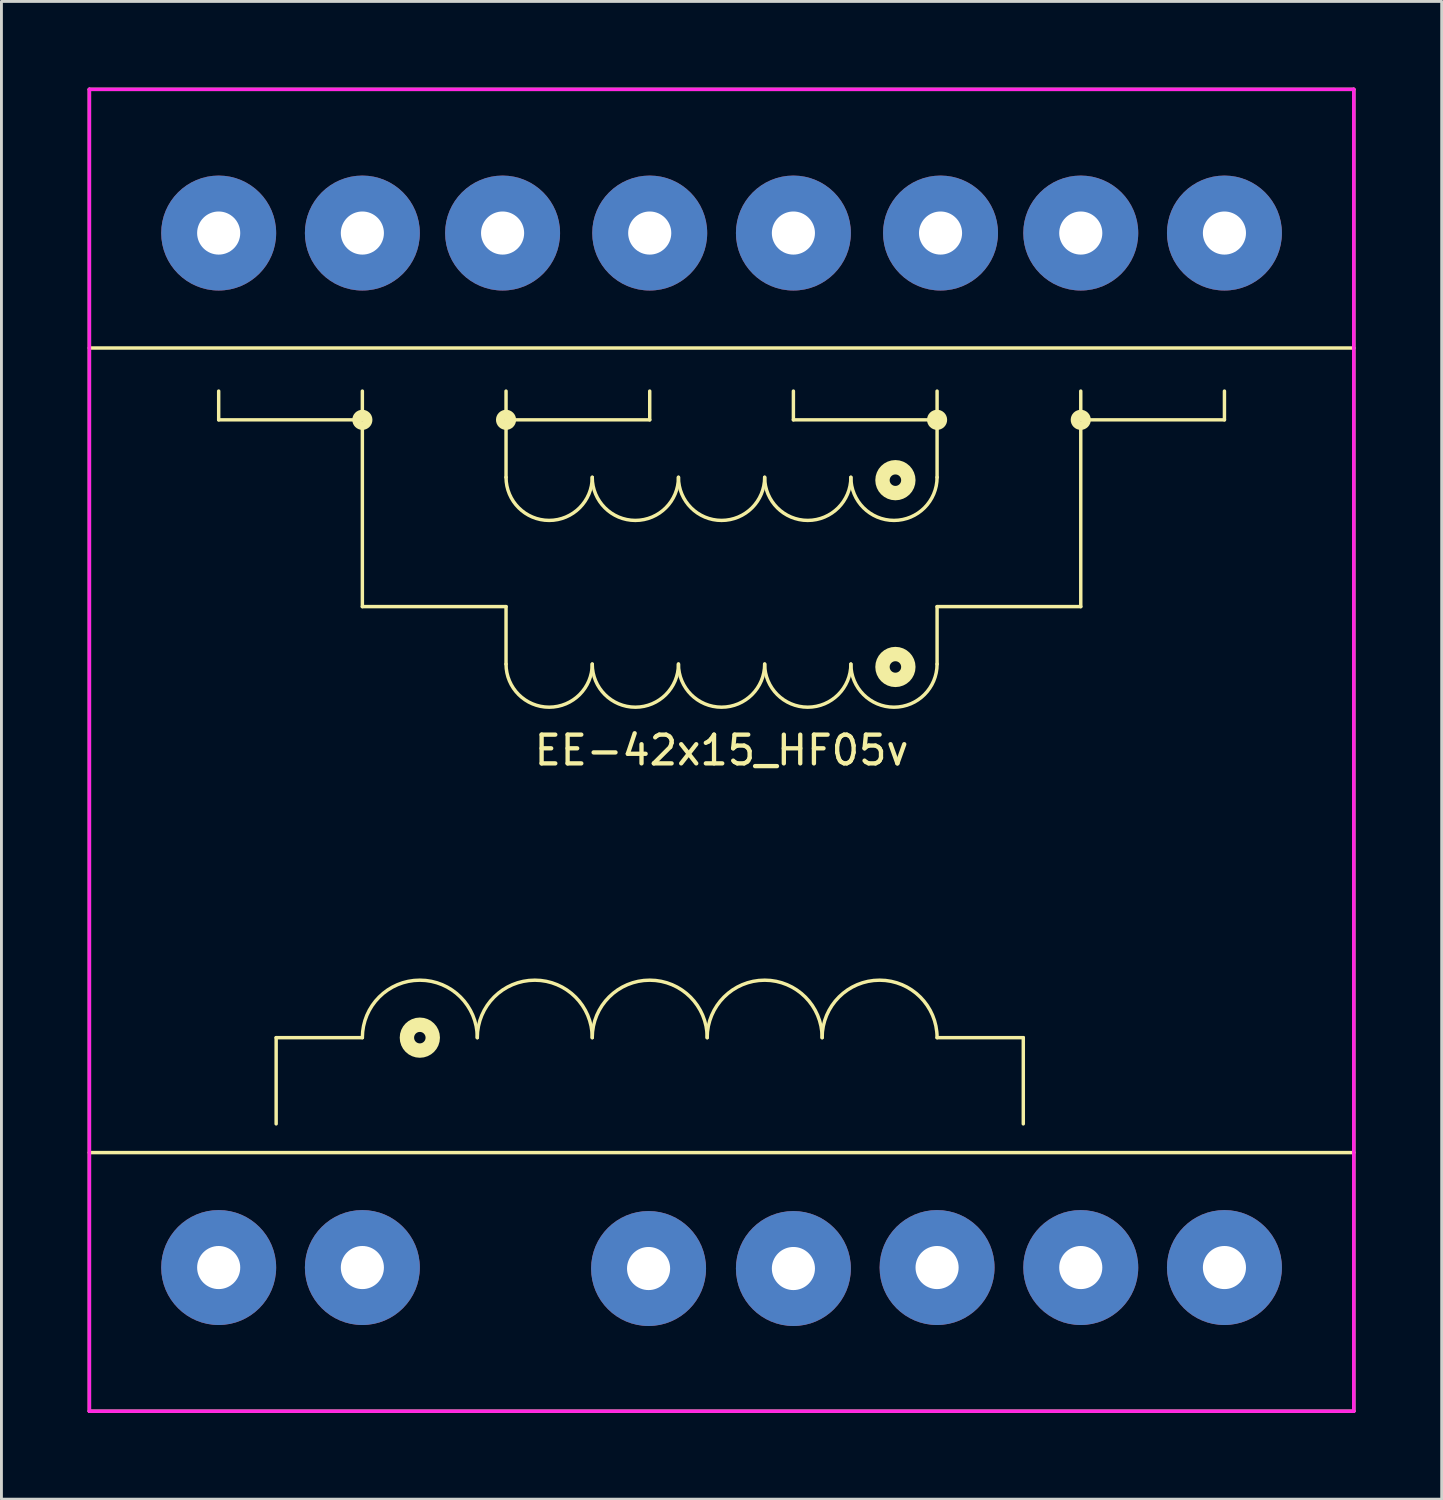
<source format=kicad_pcb>
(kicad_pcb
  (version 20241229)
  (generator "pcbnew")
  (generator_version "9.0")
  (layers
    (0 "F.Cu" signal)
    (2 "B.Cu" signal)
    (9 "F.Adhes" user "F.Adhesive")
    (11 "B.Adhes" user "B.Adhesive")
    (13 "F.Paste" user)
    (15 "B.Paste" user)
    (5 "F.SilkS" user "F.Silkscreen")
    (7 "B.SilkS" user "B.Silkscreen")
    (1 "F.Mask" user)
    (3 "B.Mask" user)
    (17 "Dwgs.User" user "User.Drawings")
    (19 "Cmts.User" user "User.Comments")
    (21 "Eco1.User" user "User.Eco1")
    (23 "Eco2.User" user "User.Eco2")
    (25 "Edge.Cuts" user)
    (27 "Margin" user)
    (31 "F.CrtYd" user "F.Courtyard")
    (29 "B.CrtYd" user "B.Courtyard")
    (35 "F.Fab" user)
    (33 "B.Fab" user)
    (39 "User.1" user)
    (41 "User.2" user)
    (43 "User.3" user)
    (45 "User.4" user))
  (footprint "EE-42x15_HF05v"
    (layer "F.Cu")
    (at 22.06 23.06)
    (property "Reference" "EE-42x15_HF05v" (at 0 0 0) (layer "F.SilkS") (effects (font (size 1 1) (thickness 0.15))))
    (attr through_hole)
    (fp_line (start -22 -23) (end 22 -23) (stroke (width 0.12) (type solid)) (layer "F.SilkS"))
    (fp_line (start -22 -14) (end 22 -14) (stroke (width 0.12) (type solid)) (layer "F.SilkS"))
    (fp_line (start -22 14) (end 22 14) (stroke (width 0.12) (type solid)) (layer "F.SilkS"))
    (fp_line (start -22 23) (end -22 -23) (stroke (width 0.12) (type solid)) (layer "F.SilkS"))
    (fp_line (start -17.5 -12.5) (end -17.5 -11.5) (stroke (width 0.12) (type solid)) (layer "F.SilkS"))
    (fp_line (start -17.5 -11.5) (end -12.5 -11.5) (stroke (width 0.12) (type solid)) (layer "F.SilkS"))
    (fp_line (start -15.5 10) (end -15.5 13) (stroke (width 0.12) (type solid)) (layer "F.SilkS"))
    (fp_line (start -12.5 -11.5) (end -12.5 -12.5) (stroke (width 0.12) (type solid)) (layer "F.SilkS"))
    (fp_line (start -12.5 -11.3) (end -12.5 -5) (stroke (width 0.12) (type solid)) (layer "F.SilkS"))
    (fp_line (start -12.5 -5) (end -7.5 -5) (stroke (width 0.12) (type solid)) (layer "F.SilkS"))
    (fp_line (start -12.5 10) (end -15.5 10) (stroke (width 0.12) (type solid)) (layer "F.SilkS"))
    (fp_line (start -7.5 -12.5) (end -7.5 -11.5) (stroke (width 0.12) (type solid)) (layer "F.SilkS"))
    (fp_line (start -7.5 -11.5) (end -7.5 -9.5) (stroke (width 0.12) (type solid)) (layer "F.SilkS"))
    (fp_line (start -7.5 -11.5) (end -2.5 -11.5) (stroke (width 0.12) (type solid)) (layer "F.SilkS"))
    (fp_line (start -7.5 -5) (end -7.5 -3) (stroke (width 0.12) (type solid)) (layer "F.SilkS"))
    (fp_line (start -2.5 -11.5) (end -2.5 -12.5) (stroke (width 0.12) (type solid)) (layer "F.SilkS"))
    (fp_line (start 2.5 -12.5) (end 2.5 -11.5) (stroke (width 0.12) (type solid)) (layer "F.SilkS"))
    (fp_line (start 2.5 -11.5) (end 7.5 -11.5) (stroke (width 0.12) (type solid)) (layer "F.SilkS"))
    (fp_line (start 7.5 -11.5) (end 7.5 -12.5) (stroke (width 0.12) (type solid)) (layer "F.SilkS"))
    (fp_line (start 7.5 -11.5) (end 7.5 -9.5) (stroke (width 0.12) (type solid)) (layer "F.SilkS"))
    (fp_line (start 7.5 -5) (end 7.5 -3) (stroke (width 0.12) (type solid)) (layer "F.SilkS"))
    (fp_line (start 7.5 -5) (end 12.5 -5) (stroke (width 0.12) (type solid)) (layer "F.SilkS"))
    (fp_line (start 10.5 10) (end 7.5 10) (stroke (width 0.12) (type solid)) (layer "F.SilkS"))
    (fp_line (start 10.5 10) (end 10.5 13) (stroke (width 0.12) (type solid)) (layer "F.SilkS"))
    (fp_line (start 12.5 -12.5) (end 12.5 -11.5) (stroke (width 0.12) (type solid)) (layer "F.SilkS"))
    (fp_line (start 12.5 -11.5) (end 17.5 -11.5) (stroke (width 0.12) (type solid)) (layer "F.SilkS"))
    (fp_line (start 12.5 -5) (end 12.5 -11.3) (stroke (width 0.12) (type solid)) (layer "F.SilkS"))
    (fp_line (start 17.5 -11.5) (end 17.5 -12.5) (stroke (width 0.12) (type solid)) (layer "F.SilkS"))
    (fp_line (start 22 -23) (end 22 23) (stroke (width 0.12) (type solid)) (layer "F.SilkS"))
    (fp_line (start 22 23) (end -22 23) (stroke (width 0.12) (type solid)) (layer "F.SilkS"))
    (fp_arc (start -12.5 10) (mid -10.5 8) (end -8.5 10) (stroke (width 0.12) (type solid)) (layer "F.SilkS"))
    (fp_arc (start -8.5 10) (mid -6.5 8) (end -4.5 10) (stroke (width 0.12) (type solid)) (layer "F.SilkS"))
    (fp_arc (start -4.5 -9.5) (mid -6 -8) (end -7.5 -9.5) (stroke (width 0.12) (type solid)) (layer "F.SilkS"))
    (fp_arc (start -4.5 -3) (mid -6 -1.5) (end -7.5 -3) (stroke (width 0.12) (type solid)) (layer "F.SilkS"))
    (fp_arc (start -4.5 10) (mid -2.5 8) (end -0.5 10) (stroke (width 0.12) (type solid)) (layer "F.SilkS"))
    (fp_arc (start -1.5 -9.5) (mid -3 -8) (end -4.5 -9.5) (stroke (width 0.12) (type solid)) (layer "F.SilkS"))
    (fp_arc (start -1.5 -3) (mid -3 -1.5) (end -4.5 -3) (stroke (width 0.12) (type solid)) (layer "F.SilkS"))
    (fp_arc (start -0.5 10) (mid 1.5 8) (end 3.5 10) (stroke (width 0.12) (type solid)) (layer "F.SilkS"))
    (fp_arc (start 1.5 -9.5) (mid 0 -8) (end -1.5 -9.5) (stroke (width 0.12) (type solid)) (layer "F.SilkS"))
    (fp_arc (start 1.5 -3) (mid 0 -1.5) (end -1.5 -3) (stroke (width 0.12) (type solid)) (layer "F.SilkS"))
    (fp_arc (start 3.5 10) (mid 5.5 8) (end 7.5 10) (stroke (width 0.12) (type solid)) (layer "F.SilkS"))
    (fp_arc (start 4.5 -9.5) (mid 3 -8) (end 1.5 -9.5) (stroke (width 0.12) (type solid)) (layer "F.SilkS"))
    (fp_arc (start 4.5 -3) (mid 3 -1.5) (end 1.5 -3) (stroke (width 0.12) (type solid)) (layer "F.SilkS"))
    (fp_arc (start 7.5 -9.5) (mid 6 -8) (end 4.5 -9.5) (stroke (width 0.12) (type solid)) (layer "F.SilkS"))
    (fp_arc (start 7.5 -3) (mid 6 -1.5) (end 4.5 -3) (stroke (width 0.12) (type solid)) (layer "F.SilkS"))
    (fp_circle (center -12.5 -11.5) (end -12.3 -11.5) (stroke (width 0.3) (type solid)) (fill no) (layer "F.SilkS"))
    (fp_circle (center -10.5 10) (end -10.3 10) (stroke (width 0.5) (type solid)) (fill no) (layer "F.SilkS"))
    (fp_circle (center -7.5 -11.5) (end -7.3 -11.5) (stroke (width 0.3) (type solid)) (fill no) (layer "F.SilkS"))
    (fp_circle (center 6.05 -9.4) (end 6.25 -9.4) (stroke (width 0.5) (type solid)) (fill no) (layer "F.SilkS"))
    (fp_circle (center 6.05 -2.9) (end 6.25 -2.9) (stroke (width 0.5) (type solid)) (fill no) (layer "F.SilkS"))
    (fp_circle (center 7.5 -11.5) (end 7.7 -11.5) (stroke (width 0.3) (type solid)) (fill no) (layer "F.SilkS"))
    (fp_circle (center 12.5 -11.5) (end 12.7 -11.5) (stroke (width 0.3) (type solid)) (fill no) (layer "F.SilkS"))
    (fp_line (start -22 -23) (end 22 -23) (stroke (width 0.12) (type solid)) (layer "F.CrtYd"))
    (fp_line (start -22 23) (end -22 -23) (stroke (width 0.12) (type solid)) (layer "F.CrtYd"))
    (fp_line (start 22 -23) (end 22 23) (stroke (width 0.12) (type solid)) (layer "F.CrtYd"))
    (fp_line (start 22 23) (end -22 23) (stroke (width 0.12) (type solid)) (layer "F.CrtYd"))
    (pad "1" thru_hole circle (at -17.5 18) (size 4 4) (drill 1.5) (layers "*.Cu" "*.Mask"))
    (pad "2" thru_hole circle (at -12.5 18) (size 4 4) (drill 1.5) (layers "*.Cu" "*.Mask"))
    (pad "4" thru_hole circle (at -2.54 18.034) (size 4 4) (drill 1.5) (layers "*.Cu" "*.Mask"))
    (pad "5" thru_hole circle (at 2.5 18.034) (size 4 4) (drill 1.5) (layers "*.Cu" "*.Mask"))
    (pad "6" thru_hole circle (at 7.5 18) (size 4 4) (drill 1.5) (layers "*.Cu" "*.Mask"))
    (pad "7" thru_hole circle (at 12.5 18) (size 4 4) (drill 1.5) (layers "*.Cu" "*.Mask"))
    (pad "8" thru_hole circle (at 17.5 18) (size 4 4) (drill 1.5) (layers "*.Cu" "*.Mask"))
    (pad "9" thru_hole circle (at 17.5 -18) (size 4 4) (drill 1.5) (layers "*.Cu" "*.Mask"))
    (pad "10" thru_hole circle (at 12.5 -18) (size 4 4) (drill 1.5) (layers "*.Cu" "*.Mask"))
    (pad "11" thru_hole circle (at 7.62 -18) (size 4 4) (drill 1.5) (layers "*.Cu" "*.Mask"))
    (pad "12" thru_hole circle (at 2.5 -18) (size 4 4) (drill 1.5) (layers "*.Cu" "*.Mask"))
    (pad "13" thru_hole circle (at -2.5 -18) (size 4 4) (drill 1.5) (layers "*.Cu" "*.Mask"))
    (pad "14" thru_hole circle (at -7.62 -18) (size 4 4) (drill 1.5) (layers "*.Cu" "*.Mask"))
    (pad "15" thru_hole circle (at -12.5 -18) (size 4 4) (drill 1.5) (layers "*.Cu" "*.Mask"))
    (pad "16" thru_hole circle (at -17.5 -18) (size 4 4) (drill 1.5) (layers "*.Cu" "*.Mask")))
  (gr_rect
    (start -3 -3)
    (end 47.12 49.12)
    (stroke (width 0.1) (type default))
    (fill no)
    (layer "Edge.Cuts")))
</source>
